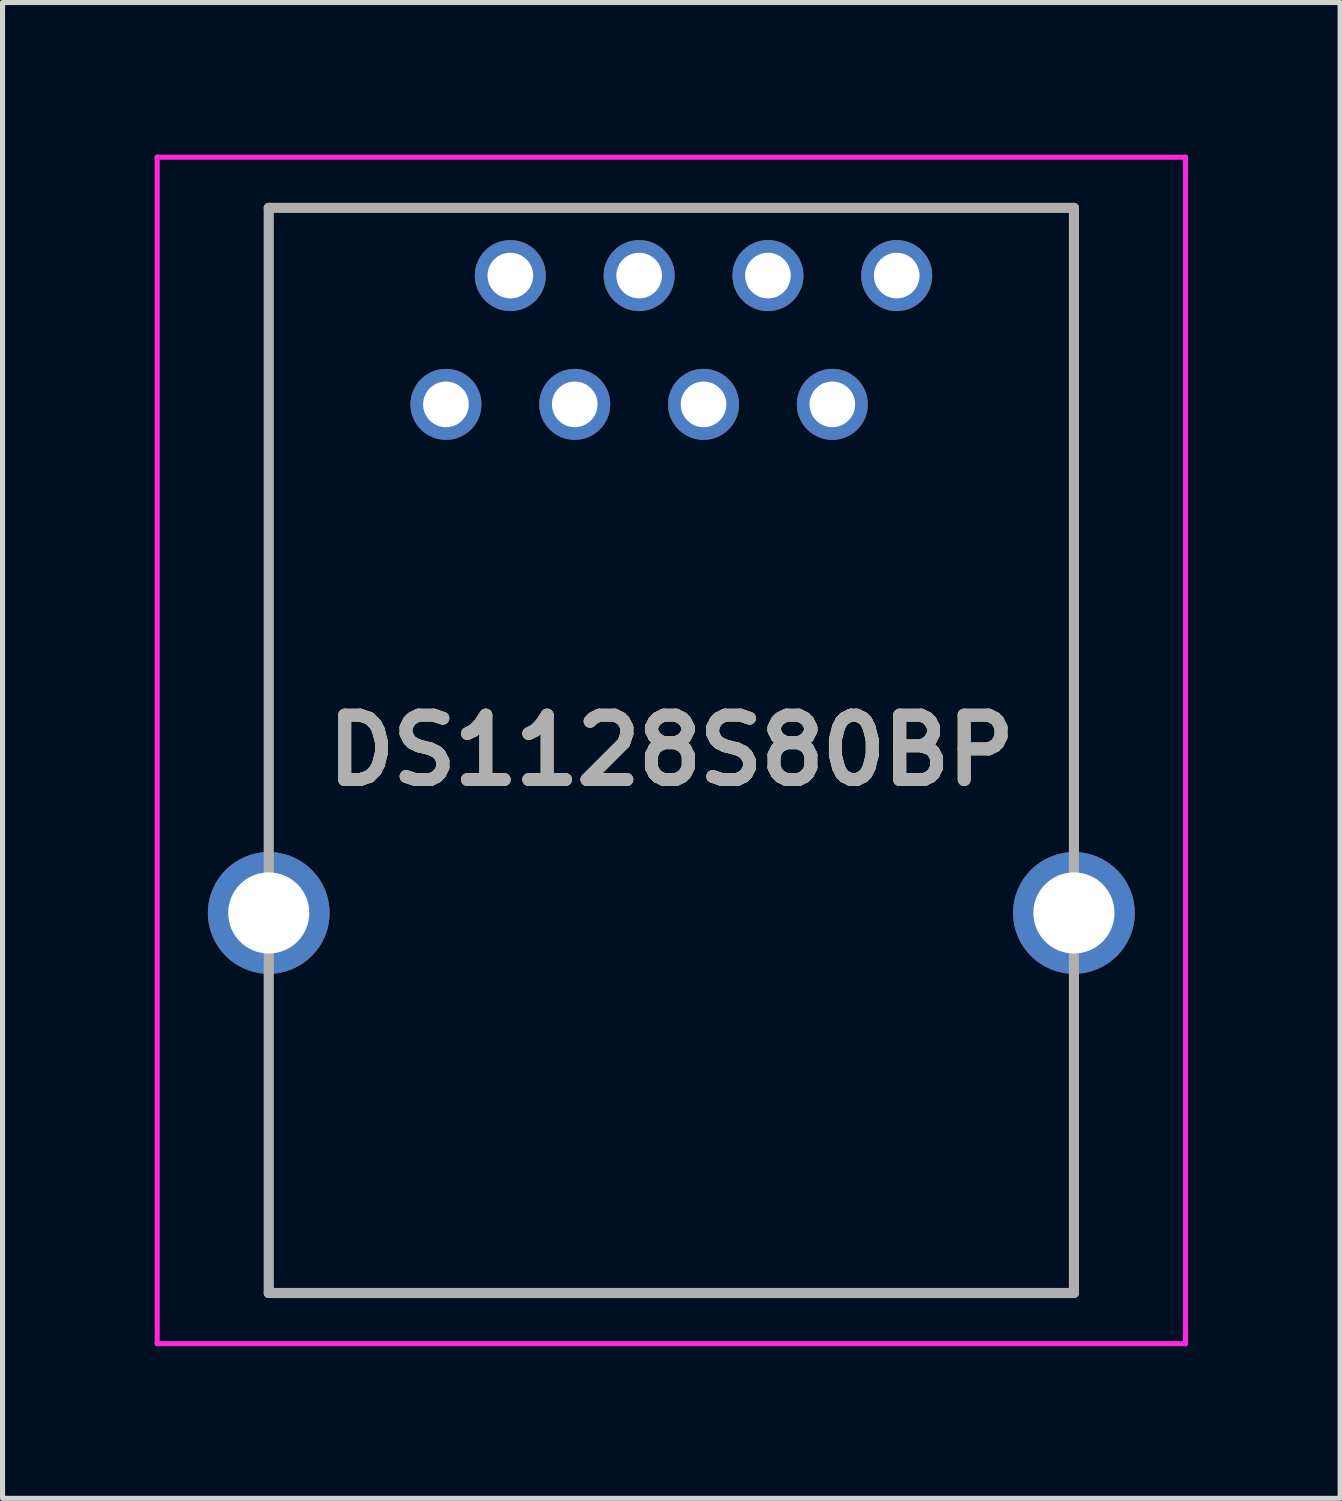
<source format=kicad_pcb>
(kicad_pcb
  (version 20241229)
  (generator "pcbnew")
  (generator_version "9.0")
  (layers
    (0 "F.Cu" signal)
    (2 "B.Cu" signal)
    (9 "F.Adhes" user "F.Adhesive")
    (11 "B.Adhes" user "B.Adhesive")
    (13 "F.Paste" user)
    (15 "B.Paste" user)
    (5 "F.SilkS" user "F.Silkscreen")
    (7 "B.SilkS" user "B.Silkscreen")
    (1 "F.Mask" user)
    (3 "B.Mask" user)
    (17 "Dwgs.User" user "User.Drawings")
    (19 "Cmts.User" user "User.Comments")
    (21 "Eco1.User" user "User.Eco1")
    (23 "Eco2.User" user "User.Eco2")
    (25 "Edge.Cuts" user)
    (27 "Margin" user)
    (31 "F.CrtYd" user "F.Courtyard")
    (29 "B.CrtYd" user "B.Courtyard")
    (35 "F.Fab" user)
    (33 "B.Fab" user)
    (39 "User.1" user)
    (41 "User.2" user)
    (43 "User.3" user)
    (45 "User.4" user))
  (footprint "DS1128S80BP"
    (layer "F.Cu")
    (at 14.635 2.385)
    (property "Reference" "DS1128S80BP" (at -4.445 9.365 0) (layer "F.SilkS") (effects (font (size 1.27 1.27) (thickness 0.254))))
    (attr through_hole)
    (fp_line (start -12.385 -1.335) (end 3.495 -1.335) (stroke (width 0.1) (type solid)) (layer "F.SilkS"))
    (fp_line (start -12.385 10.16) (end -12.385 -1.335) (stroke (width 0.1) (type solid)) (layer "F.SilkS"))
    (fp_line (start -12.385 15.24) (end -12.385 20.065) (stroke (width 0.1) (type solid)) (layer "F.SilkS"))
    (fp_line (start -12.385 20.065) (end 3.495 20.065) (stroke (width 0.1) (type solid)) (layer "F.SilkS"))
    (fp_line (start 3.495 -1.335) (end 3.495 10.16) (stroke (width 0.1) (type solid)) (layer "F.SilkS"))
    (fp_line (start 3.495 20.065) (end 3.495 15.24) (stroke (width 0.1) (type solid)) (layer "F.SilkS"))
    (fp_line (start -14.585 -2.335) (end 5.695 -2.335) (stroke (width 0.1) (type solid)) (layer "F.CrtYd"))
    (fp_line (start -14.585 21.065) (end -14.585 -2.335) (stroke (width 0.1) (type solid)) (layer "F.CrtYd"))
    (fp_line (start 5.695 -2.335) (end 5.695 21.065) (stroke (width 0.1) (type solid)) (layer "F.CrtYd"))
    (fp_line (start 5.695 21.065) (end -14.585 21.065) (stroke (width 0.1) (type solid)) (layer "F.CrtYd"))
    (fp_line (start -12.385 -1.335) (end 3.495 -1.335) (stroke (width 0.2) (type solid)) (layer "F.Fab"))
    (fp_line (start -12.385 20.065) (end -12.385 -1.335) (stroke (width 0.2) (type solid)) (layer "F.Fab"))
    (fp_line (start 3.495 -1.335) (end 3.495 20.065) (stroke (width 0.2) (type solid)) (layer "F.Fab"))
    (fp_line (start 3.495 20.065) (end -12.385 20.065) (stroke (width 0.2) (type solid)) (layer "F.Fab"))
    (fp_text user "${REFERENCE}" (at -4.445 9.365 0) (layer "F.Fab") (effects (font (size 1.27 1.27) (thickness 0.254))))
    (pad "" np_thru_hole circle (at -10.16 8.89) (size 0.001 0.001) (drill 3.25) (layers "*.Cu" "*.Mask"))
    (pad "" np_thru_hole circle (at 1.27 8.89) (size 0.001 0.001) (drill 3.25) (layers "*.Cu" "*.Mask"))
    (pad "1" thru_hole circle (at 0 0) (size 1.4 1.4) (drill 0.9) (layers "*.Cu" "*.Mask"))
    (pad "2" thru_hole circle (at -1.27 2.54) (size 1.4 1.4) (drill 0.9) (layers "*.Cu" "*.Mask"))
    (pad "3" thru_hole circle (at -2.54 0) (size 1.4 1.4) (drill 0.9) (layers "*.Cu" "*.Mask"))
    (pad "4" thru_hole circle (at -3.81 2.54) (size 1.4 1.4) (drill 0.9) (layers "*.Cu" "*.Mask"))
    (pad "5" thru_hole circle (at -5.08 0) (size 1.4 1.4) (drill 0.9) (layers "*.Cu" "*.Mask"))
    (pad "6" thru_hole circle (at -6.35 2.54) (size 1.4 1.4) (drill 0.9) (layers "*.Cu" "*.Mask"))
    (pad "7" thru_hole circle (at -7.62 0) (size 1.4 1.4) (drill 0.9) (layers "*.Cu" "*.Mask"))
    (pad "8" thru_hole circle (at -8.89 2.54) (size 1.4 1.4) (drill 0.9) (layers "*.Cu" "*.Mask"))
    (pad "MH3" thru_hole circle (at 3.495 12.57) (size 2.4 2.4) (drill 1.6) (layers "*.Cu" "*.Mask"))
    (pad "MH4" thru_hole circle (at -12.385 12.57) (size 2.4 2.4) (drill 1.6) (layers "*.Cu" "*.Mask")))
  (gr_rect
    (start -3 -3)
    (end 23.38 26.5)
    (stroke (width 0.1) (type default))
    (fill no)
    (layer "Edge.Cuts")))
</source>
